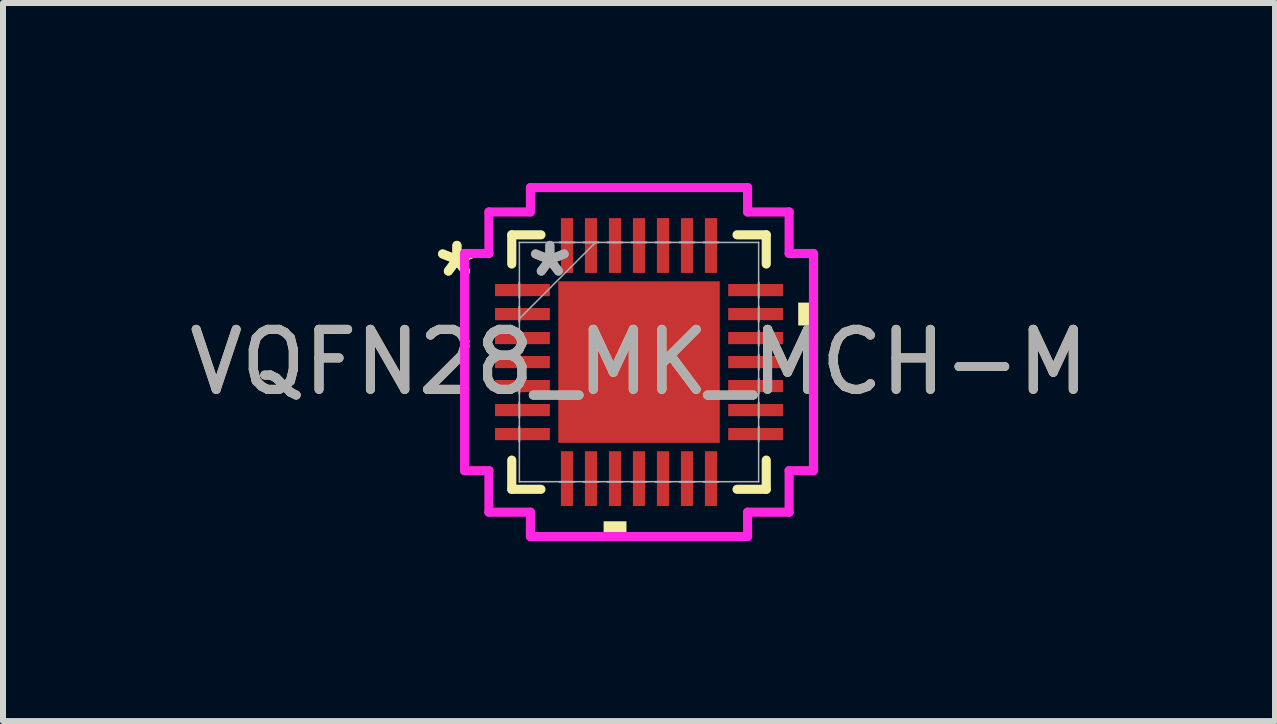
<source format=kicad_pcb>
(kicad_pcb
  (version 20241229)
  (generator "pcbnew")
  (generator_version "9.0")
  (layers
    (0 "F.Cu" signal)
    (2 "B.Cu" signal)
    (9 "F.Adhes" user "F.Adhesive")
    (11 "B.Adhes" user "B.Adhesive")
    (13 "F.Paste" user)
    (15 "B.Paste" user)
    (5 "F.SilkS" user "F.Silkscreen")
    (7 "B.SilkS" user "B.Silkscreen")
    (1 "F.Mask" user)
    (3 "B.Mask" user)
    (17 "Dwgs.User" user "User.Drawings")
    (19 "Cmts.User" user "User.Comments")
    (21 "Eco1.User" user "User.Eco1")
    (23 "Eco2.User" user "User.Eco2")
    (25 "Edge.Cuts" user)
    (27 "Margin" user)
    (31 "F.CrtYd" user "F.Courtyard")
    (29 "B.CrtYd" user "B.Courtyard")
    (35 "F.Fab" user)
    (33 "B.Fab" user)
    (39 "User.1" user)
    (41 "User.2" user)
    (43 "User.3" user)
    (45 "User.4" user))
  (footprint "VQFN28_MK_MCH-M"
    (layer "F.Cu")
    (at 7.601 2.985)
    (property "Reference" "VQFN28_MK_MCH-M" (at 0 0 0) (unlocked yes) (layer "F.SilkS") (effects (font (size 1 1) (thickness 0.15))))
    (attr smd)
    (fp_line (start -2.121 -2.121) (end -2.121 -1.634) (stroke (width 0.152) (type solid)) (layer "F.SilkS"))
    (fp_line (start -2.121 1.634) (end -2.121 2.121) (stroke (width 0.152) (type solid)) (layer "F.SilkS"))
    (fp_line (start -2.121 2.121) (end -1.634 2.121) (stroke (width 0.152) (type solid)) (layer "F.SilkS"))
    (fp_line (start -1.634 -2.121) (end -2.121 -2.121) (stroke (width 0.152) (type solid)) (layer "F.SilkS"))
    (fp_line (start 1.634 2.121) (end 2.121 2.121) (stroke (width 0.152) (type solid)) (layer "F.SilkS"))
    (fp_line (start 2.121 -2.121) (end 1.634 -2.121) (stroke (width 0.152) (type solid)) (layer "F.SilkS"))
    (fp_line (start 2.121 -1.634) (end 2.121 -2.121) (stroke (width 0.152) (type solid)) (layer "F.SilkS"))
    (fp_line (start 2.121 2.121) (end 2.121 1.634) (stroke (width 0.152) (type solid)) (layer "F.SilkS"))
    (fp_poly (pts (xy -0.59 2.654) (xy -0.59 2.908) (xy -0.209 2.908) (xy -0.209 2.654)) (stroke (width 0) (type solid)) (fill yes) (layer "F.SilkS"))
    (fp_poly (pts (xy 2.908 -0.991) (xy 2.908 -0.61) (xy 2.654 -0.61) (xy 2.654 -0.991)) (stroke (width 0) (type solid)) (fill yes) (layer "F.SilkS"))
    (fp_poly (pts (xy -1.246 -1.246) (xy -1.246 -0.1) (xy -0.1 -0.1) (xy -0.1 -1.246)) (stroke (width 0) (type solid)) (fill yes) (layer "F.Paste"))
    (fp_poly (pts (xy -1.246 0.1) (xy -1.246 1.246) (xy -0.1 1.246) (xy -0.1 0.1)) (stroke (width 0) (type solid)) (fill yes) (layer "F.Paste"))
    (fp_poly (pts (xy 0.1 -1.246) (xy 0.1 -0.1) (xy 1.246 -0.1) (xy 1.246 -1.246)) (stroke (width 0) (type solid)) (fill yes) (layer "F.Paste"))
    (fp_poly (pts (xy 0.1 0.1) (xy 0.1 1.246) (xy 1.246 1.246) (xy 1.246 0.1)) (stroke (width 0) (type solid)) (fill yes) (layer "F.Paste"))
    (fp_line (start -2.908 -1.81) (end -2.502 -1.81) (stroke (width 0.152) (type solid)) (layer "F.CrtYd"))
    (fp_line (start -2.908 1.81) (end -2.908 -1.81) (stroke (width 0.152) (type solid)) (layer "F.CrtYd"))
    (fp_line (start -2.502 -2.502) (end -1.81 -2.502) (stroke (width 0.152) (type solid)) (layer "F.CrtYd"))
    (fp_line (start -2.502 -1.81) (end -2.502 -2.502) (stroke (width 0.152) (type solid)) (layer "F.CrtYd"))
    (fp_line (start -2.502 1.81) (end -2.908 1.81) (stroke (width 0.152) (type solid)) (layer "F.CrtYd"))
    (fp_line (start -2.502 2.502) (end -2.502 1.81) (stroke (width 0.152) (type solid)) (layer "F.CrtYd"))
    (fp_line (start -1.81 -2.908) (end 1.81 -2.908) (stroke (width 0.152) (type solid)) (layer "F.CrtYd"))
    (fp_line (start -1.81 -2.502) (end -1.81 -2.908) (stroke (width 0.152) (type solid)) (layer "F.CrtYd"))
    (fp_line (start -1.81 2.502) (end -2.502 2.502) (stroke (width 0.152) (type solid)) (layer "F.CrtYd"))
    (fp_line (start -1.81 2.908) (end -1.81 2.502) (stroke (width 0.152) (type solid)) (layer "F.CrtYd"))
    (fp_line (start 1.81 -2.908) (end 1.81 -2.502) (stroke (width 0.152) (type solid)) (layer "F.CrtYd"))
    (fp_line (start 1.81 -2.502) (end 2.502 -2.502) (stroke (width 0.152) (type solid)) (layer "F.CrtYd"))
    (fp_line (start 1.81 2.502) (end 1.81 2.908) (stroke (width 0.152) (type solid)) (layer "F.CrtYd"))
    (fp_line (start 1.81 2.908) (end -1.81 2.908) (stroke (width 0.152) (type solid)) (layer "F.CrtYd"))
    (fp_line (start 2.502 -2.502) (end 2.502 -1.81) (stroke (width 0.152) (type solid)) (layer "F.CrtYd"))
    (fp_line (start 2.502 -1.81) (end 2.908 -1.81) (stroke (width 0.152) (type solid)) (layer "F.CrtYd"))
    (fp_line (start 2.502 1.81) (end 2.502 2.502) (stroke (width 0.152) (type solid)) (layer "F.CrtYd"))
    (fp_line (start 2.502 2.502) (end 1.81 2.502) (stroke (width 0.152) (type solid)) (layer "F.CrtYd"))
    (fp_line (start 2.908 -1.81) (end 2.908 1.81) (stroke (width 0.152) (type solid)) (layer "F.CrtYd"))
    (fp_line (start 2.908 1.81) (end 2.502 1.81) (stroke (width 0.152) (type solid)) (layer "F.CrtYd"))
    (fp_line (start -1.994 -1.994) (end -1.994 -1.994) (stroke (width 0.025) (type solid)) (layer "F.Fab"))
    (fp_line (start -1.994 -1.994) (end -1.994 1.994) (stroke (width 0.025) (type solid)) (layer "F.Fab"))
    (fp_line (start -1.994 -1.327) (end -1.994 -1.327) (stroke (width 0.025) (type solid)) (layer "F.Fab"))
    (fp_line (start -1.994 -1.327) (end -1.994 -1.073) (stroke (width 0.025) (type solid)) (layer "F.Fab"))
    (fp_line (start -1.994 -1.073) (end -1.994 -1.327) (stroke (width 0.025) (type solid)) (layer "F.Fab"))
    (fp_line (start -1.994 -1.073) (end -1.994 -1.073) (stroke (width 0.025) (type solid)) (layer "F.Fab"))
    (fp_line (start -1.994 -0.927) (end -1.994 -0.927) (stroke (width 0.025) (type solid)) (layer "F.Fab"))
    (fp_line (start -1.994 -0.927) (end -1.994 -0.673) (stroke (width 0.025) (type solid)) (layer "F.Fab"))
    (fp_line (start -1.994 -0.724) (end -0.724 -1.994) (stroke (width 0.025) (type solid)) (layer "F.Fab"))
    (fp_line (start -1.994 -0.673) (end -1.994 -0.927) (stroke (width 0.025) (type solid)) (layer "F.Fab"))
    (fp_line (start -1.994 -0.673) (end -1.994 -0.673) (stroke (width 0.025) (type solid)) (layer "F.Fab"))
    (fp_line (start -1.994 -0.527) (end -1.994 -0.527) (stroke (width 0.025) (type solid)) (layer "F.Fab"))
    (fp_line (start -1.994 -0.527) (end -1.994 -0.273) (stroke (width 0.025) (type solid)) (layer "F.Fab"))
    (fp_line (start -1.994 -0.273) (end -1.994 -0.527) (stroke (width 0.025) (type solid)) (layer "F.Fab"))
    (fp_line (start -1.994 -0.273) (end -1.994 -0.273) (stroke (width 0.025) (type solid)) (layer "F.Fab"))
    (fp_line (start -1.994 -0.127) (end -1.994 -0.127) (stroke (width 0.025) (type solid)) (layer "F.Fab"))
    (fp_line (start -1.994 -0.127) (end -1.994 0.127) (stroke (width 0.025) (type solid)) (layer "F.Fab"))
    (fp_line (start -1.994 0.127) (end -1.994 -0.127) (stroke (width 0.025) (type solid)) (layer "F.Fab"))
    (fp_line (start -1.994 0.127) (end -1.994 0.127) (stroke (width 0.025) (type solid)) (layer "F.Fab"))
    (fp_line (start -1.994 0.273) (end -1.994 0.273) (stroke (width 0.025) (type solid)) (layer "F.Fab"))
    (fp_line (start -1.994 0.273) (end -1.994 0.527) (stroke (width 0.025) (type solid)) (layer "F.Fab"))
    (fp_line (start -1.994 0.527) (end -1.994 0.273) (stroke (width 0.025) (type solid)) (layer "F.Fab"))
    (fp_line (start -1.994 0.527) (end -1.994 0.527) (stroke (width 0.025) (type solid)) (layer "F.Fab"))
    (fp_line (start -1.994 0.673) (end -1.994 0.673) (stroke (width 0.025) (type solid)) (layer "F.Fab"))
    (fp_line (start -1.994 0.673) (end -1.994 0.927) (stroke (width 0.025) (type solid)) (layer "F.Fab"))
    (fp_line (start -1.994 0.927) (end -1.994 0.673) (stroke (width 0.025) (type solid)) (layer "F.Fab"))
    (fp_line (start -1.994 0.927) (end -1.994 0.927) (stroke (width 0.025) (type solid)) (layer "F.Fab"))
    (fp_line (start -1.994 1.073) (end -1.994 1.073) (stroke (width 0.025) (type solid)) (layer "F.Fab"))
    (fp_line (start -1.994 1.073) (end -1.994 1.327) (stroke (width 0.025) (type solid)) (layer "F.Fab"))
    (fp_line (start -1.994 1.327) (end -1.994 1.073) (stroke (width 0.025) (type solid)) (layer "F.Fab"))
    (fp_line (start -1.994 1.327) (end -1.994 1.327) (stroke (width 0.025) (type solid)) (layer "F.Fab"))
    (fp_line (start -1.994 1.994) (end -1.994 1.994) (stroke (width 0.025) (type solid)) (layer "F.Fab"))
    (fp_line (start -1.994 1.994) (end 1.994 1.994) (stroke (width 0.025) (type solid)) (layer "F.Fab"))
    (fp_line (start -1.327 -1.994) (end -1.327 -1.994) (stroke (width 0.025) (type solid)) (layer "F.Fab"))
    (fp_line (start -1.327 -1.994) (end -1.073 -1.994) (stroke (width 0.025) (type solid)) (layer "F.Fab"))
    (fp_line (start -1.327 1.994) (end -1.327 1.994) (stroke (width 0.025) (type solid)) (layer "F.Fab"))
    (fp_line (start -1.327 1.994) (end -1.073 1.994) (stroke (width 0.025) (type solid)) (layer "F.Fab"))
    (fp_line (start -1.073 -1.994) (end -1.327 -1.994) (stroke (width 0.025) (type solid)) (layer "F.Fab"))
    (fp_line (start -1.073 -1.994) (end -1.073 -1.994) (stroke (width 0.025) (type solid)) (layer "F.Fab"))
    (fp_line (start -1.073 1.994) (end -1.327 1.994) (stroke (width 0.025) (type solid)) (layer "F.Fab"))
    (fp_line (start -1.073 1.994) (end -1.073 1.994) (stroke (width 0.025) (type solid)) (layer "F.Fab"))
    (fp_line (start -0.927 -1.994) (end -0.927 -1.994) (stroke (width 0.025) (type solid)) (layer "F.Fab"))
    (fp_line (start -0.927 -1.994) (end -0.673 -1.994) (stroke (width 0.025) (type solid)) (layer "F.Fab"))
    (fp_line (start -0.927 1.994) (end -0.927 1.994) (stroke (width 0.025) (type solid)) (layer "F.Fab"))
    (fp_line (start -0.927 1.994) (end -0.673 1.994) (stroke (width 0.025) (type solid)) (layer "F.Fab"))
    (fp_line (start -0.673 -1.994) (end -0.927 -1.994) (stroke (width 0.025) (type solid)) (layer "F.Fab"))
    (fp_line (start -0.673 -1.994) (end -0.673 -1.994) (stroke (width 0.025) (type solid)) (layer "F.Fab"))
    (fp_line (start -0.673 1.994) (end -0.927 1.994) (stroke (width 0.025) (type solid)) (layer "F.Fab"))
    (fp_line (start -0.673 1.994) (end -0.673 1.994) (stroke (width 0.025) (type solid)) (layer "F.Fab"))
    (fp_line (start -0.527 -1.994) (end -0.527 -1.994) (stroke (width 0.025) (type solid)) (layer "F.Fab"))
    (fp_line (start -0.527 -1.994) (end -0.273 -1.994) (stroke (width 0.025) (type solid)) (layer "F.Fab"))
    (fp_line (start -0.527 1.994) (end -0.527 1.994) (stroke (width 0.025) (type solid)) (layer "F.Fab"))
    (fp_line (start -0.527 1.994) (end -0.273 1.994) (stroke (width 0.025) (type solid)) (layer "F.Fab"))
    (fp_line (start -0.273 -1.994) (end -0.527 -1.994) (stroke (width 0.025) (type solid)) (layer "F.Fab"))
    (fp_line (start -0.273 -1.994) (end -0.273 -1.994) (stroke (width 0.025) (type solid)) (layer "F.Fab"))
    (fp_line (start -0.273 1.994) (end -0.527 1.994) (stroke (width 0.025) (type solid)) (layer "F.Fab"))
    (fp_line (start -0.273 1.994) (end -0.273 1.994) (stroke (width 0.025) (type solid)) (layer "F.Fab"))
    (fp_line (start -0.127 -1.994) (end -0.127 -1.994) (stroke (width 0.025) (type solid)) (layer "F.Fab"))
    (fp_line (start -0.127 -1.994) (end 0.127 -1.994) (stroke (width 0.025) (type solid)) (layer "F.Fab"))
    (fp_line (start -0.127 1.994) (end -0.127 1.994) (stroke (width 0.025) (type solid)) (layer "F.Fab"))
    (fp_line (start -0.127 1.994) (end 0.127 1.994) (stroke (width 0.025) (type solid)) (layer "F.Fab"))
    (fp_line (start 0.127 -1.994) (end -0.127 -1.994) (stroke (width 0.025) (type solid)) (layer "F.Fab"))
    (fp_line (start 0.127 -1.994) (end 0.127 -1.994) (stroke (width 0.025) (type solid)) (layer "F.Fab"))
    (fp_line (start 0.127 1.994) (end -0.127 1.994) (stroke (width 0.025) (type solid)) (layer "F.Fab"))
    (fp_line (start 0.127 1.994) (end 0.127 1.994) (stroke (width 0.025) (type solid)) (layer "F.Fab"))
    (fp_line (start 0.273 -1.994) (end 0.273 -1.994) (stroke (width 0.025) (type solid)) (layer "F.Fab"))
    (fp_line (start 0.273 -1.994) (end 0.527 -1.994) (stroke (width 0.025) (type solid)) (layer "F.Fab"))
    (fp_line (start 0.273 1.994) (end 0.273 1.994) (stroke (width 0.025) (type solid)) (layer "F.Fab"))
    (fp_line (start 0.273 1.994) (end 0.527 1.994) (stroke (width 0.025) (type solid)) (layer "F.Fab"))
    (fp_line (start 0.527 -1.994) (end 0.273 -1.994) (stroke (width 0.025) (type solid)) (layer "F.Fab"))
    (fp_line (start 0.527 -1.994) (end 0.527 -1.994) (stroke (width 0.025) (type solid)) (layer "F.Fab"))
    (fp_line (start 0.527 1.994) (end 0.273 1.994) (stroke (width 0.025) (type solid)) (layer "F.Fab"))
    (fp_line (start 0.527 1.994) (end 0.527 1.994) (stroke (width 0.025) (type solid)) (layer "F.Fab"))
    (fp_line (start 0.673 -1.994) (end 0.673 -1.994) (stroke (width 0.025) (type solid)) (layer "F.Fab"))
    (fp_line (start 0.673 -1.994) (end 0.927 -1.994) (stroke (width 0.025) (type solid)) (layer "F.Fab"))
    (fp_line (start 0.673 1.994) (end 0.673 1.994) (stroke (width 0.025) (type solid)) (layer "F.Fab"))
    (fp_line (start 0.673 1.994) (end 0.927 1.994) (stroke (width 0.025) (type solid)) (layer "F.Fab"))
    (fp_line (start 0.927 -1.994) (end 0.673 -1.994) (stroke (width 0.025) (type solid)) (layer "F.Fab"))
    (fp_line (start 0.927 -1.994) (end 0.927 -1.994) (stroke (width 0.025) (type solid)) (layer "F.Fab"))
    (fp_line (start 0.927 1.994) (end 0.673 1.994) (stroke (width 0.025) (type solid)) (layer "F.Fab"))
    (fp_line (start 0.927 1.994) (end 0.927 1.994) (stroke (width 0.025) (type solid)) (layer "F.Fab"))
    (fp_line (start 1.073 -1.994) (end 1.073 -1.994) (stroke (width 0.025) (type solid)) (layer "F.Fab"))
    (fp_line (start 1.073 -1.994) (end 1.327 -1.994) (stroke (width 0.025) (type solid)) (layer "F.Fab"))
    (fp_line (start 1.073 1.994) (end 1.073 1.994) (stroke (width 0.025) (type solid)) (layer "F.Fab"))
    (fp_line (start 1.073 1.994) (end 1.327 1.994) (stroke (width 0.025) (type solid)) (layer "F.Fab"))
    (fp_line (start 1.327 -1.994) (end 1.073 -1.994) (stroke (width 0.025) (type solid)) (layer "F.Fab"))
    (fp_line (start 1.327 -1.994) (end 1.327 -1.994) (stroke (width 0.025) (type solid)) (layer "F.Fab"))
    (fp_line (start 1.327 1.994) (end 1.073 1.994) (stroke (width 0.025) (type solid)) (layer "F.Fab"))
    (fp_line (start 1.327 1.994) (end 1.327 1.994) (stroke (width 0.025) (type solid)) (layer "F.Fab"))
    (fp_line (start 1.994 -1.994) (end -1.994 -1.994) (stroke (width 0.025) (type solid)) (layer "F.Fab"))
    (fp_line (start 1.994 -1.994) (end 1.994 -1.994) (stroke (width 0.025) (type solid)) (layer "F.Fab"))
    (fp_line (start 1.994 -1.327) (end 1.994 -1.327) (stroke (width 0.025) (type solid)) (layer "F.Fab"))
    (fp_line (start 1.994 -1.327) (end 1.994 -1.073) (stroke (width 0.025) (type solid)) (layer "F.Fab"))
    (fp_line (start 1.994 -1.073) (end 1.994 -1.327) (stroke (width 0.025) (type solid)) (layer "F.Fab"))
    (fp_line (start 1.994 -1.073) (end 1.994 -1.073) (stroke (width 0.025) (type solid)) (layer "F.Fab"))
    (fp_line (start 1.994 -0.927) (end 1.994 -0.927) (stroke (width 0.025) (type solid)) (layer "F.Fab"))
    (fp_line (start 1.994 -0.927) (end 1.994 -0.673) (stroke (width 0.025) (type solid)) (layer "F.Fab"))
    (fp_line (start 1.994 -0.673) (end 1.994 -0.927) (stroke (width 0.025) (type solid)) (layer "F.Fab"))
    (fp_line (start 1.994 -0.673) (end 1.994 -0.673) (stroke (width 0.025) (type solid)) (layer "F.Fab"))
    (fp_line (start 1.994 -0.527) (end 1.994 -0.527) (stroke (width 0.025) (type solid)) (layer "F.Fab"))
    (fp_line (start 1.994 -0.527) (end 1.994 -0.273) (stroke (width 0.025) (type solid)) (layer "F.Fab"))
    (fp_line (start 1.994 -0.273) (end 1.994 -0.527) (stroke (width 0.025) (type solid)) (layer "F.Fab"))
    (fp_line (start 1.994 -0.273) (end 1.994 -0.273) (stroke (width 0.025) (type solid)) (layer "F.Fab"))
    (fp_line (start 1.994 -0.127) (end 1.994 -0.127) (stroke (width 0.025) (type solid)) (layer "F.Fab"))
    (fp_line (start 1.994 -0.127) (end 1.994 0.127) (stroke (width 0.025) (type solid)) (layer "F.Fab"))
    (fp_line (start 1.994 0.127) (end 1.994 -0.127) (stroke (width 0.025) (type solid)) (layer "F.Fab"))
    (fp_line (start 1.994 0.127) (end 1.994 0.127) (stroke (width 0.025) (type solid)) (layer "F.Fab"))
    (fp_line (start 1.994 0.273) (end 1.994 0.273) (stroke (width 0.025) (type solid)) (layer "F.Fab"))
    (fp_line (start 1.994 0.273) (end 1.994 0.527) (stroke (width 0.025) (type solid)) (layer "F.Fab"))
    (fp_line (start 1.994 0.527) (end 1.994 0.273) (stroke (width 0.025) (type solid)) (layer "F.Fab"))
    (fp_line (start 1.994 0.527) (end 1.994 0.527) (stroke (width 0.025) (type solid)) (layer "F.Fab"))
    (fp_line (start 1.994 0.673) (end 1.994 0.673) (stroke (width 0.025) (type solid)) (layer "F.Fab"))
    (fp_line (start 1.994 0.673) (end 1.994 0.927) (stroke (width 0.025) (type solid)) (layer "F.Fab"))
    (fp_line (start 1.994 0.927) (end 1.994 0.673) (stroke (width 0.025) (type solid)) (layer "F.Fab"))
    (fp_line (start 1.994 0.927) (end 1.994 0.927) (stroke (width 0.025) (type solid)) (layer "F.Fab"))
    (fp_line (start 1.994 1.073) (end 1.994 1.073) (stroke (width 0.025) (type solid)) (layer "F.Fab"))
    (fp_line (start 1.994 1.073) (end 1.994 1.327) (stroke (width 0.025) (type solid)) (layer "F.Fab"))
    (fp_line (start 1.994 1.327) (end 1.994 1.073) (stroke (width 0.025) (type solid)) (layer "F.Fab"))
    (fp_line (start 1.994 1.327) (end 1.994 1.327) (stroke (width 0.025) (type solid)) (layer "F.Fab"))
    (fp_line (start 1.994 1.994) (end 1.994 -1.994) (stroke (width 0.025) (type solid)) (layer "F.Fab"))
    (fp_line (start 1.994 1.994) (end 1.994 1.994) (stroke (width 0.025) (type solid)) (layer "F.Fab"))
    (fp_text user "*" (at -3.035 -1.4 0) (layer "F.SilkS") (effects (font (size 1 1) (thickness 0.15))))
    (fp_text user "*" (at -3.035 -1.4 0) (unlocked yes) (layer "F.SilkS") (effects (font (size 1 1) (thickness 0.15))))
    (fp_text user "*" (at -1.486 -1.4 0) (unlocked yes) (layer "F.Fab") (effects (font (size 1 1) (thickness 0.15))))
    (fp_text user "*" (at -1.486 -1.4 0) (layer "F.Fab") (effects (font (size 1 1) (thickness 0.15))))
    (fp_text user "${REFERENCE}" (at 0 0 0) (unlocked yes) (layer "F.Fab") (effects (font (size 1 1) (thickness 0.15))))
    (pad "1" smd rect (at -1.943 -1.2 90) (size 0.203 0.914) (layers "F.Cu" "F.Mask" "F.Paste"))
    (pad "2" smd rect (at -1.943 -0.8 90) (size 0.203 0.914) (layers "F.Cu" "F.Mask" "F.Paste"))
    (pad "3" smd rect (at -1.943 -0.4 90) (size 0.203 0.914) (layers "F.Cu" "F.Mask" "F.Paste"))
    (pad "4" smd rect (at -1.943 0 90) (size 0.203 0.914) (layers "F.Cu" "F.Mask" "F.Paste"))
    (pad "5" smd rect (at -1.943 0.4 90) (size 0.203 0.914) (layers "F.Cu" "F.Mask" "F.Paste"))
    (pad "6" smd rect (at -1.943 0.8 90) (size 0.203 0.914) (layers "F.Cu" "F.Mask" "F.Paste"))
    (pad "7" smd rect (at -1.943 1.2 90) (size 0.203 0.914) (layers "F.Cu" "F.Mask" "F.Paste"))
    (pad "8" smd rect (at -1.2 1.943) (size 0.203 0.914) (layers "F.Cu" "F.Mask" "F.Paste"))
    (pad "9" smd rect (at -0.8 1.943) (size 0.203 0.914) (layers "F.Cu" "F.Mask" "F.Paste"))
    (pad "10" smd rect (at -0.4 1.943) (size 0.203 0.914) (layers "F.Cu" "F.Mask" "F.Paste"))
    (pad "11" smd rect (at 0 1.943) (size 0.203 0.914) (layers "F.Cu" "F.Mask" "F.Paste"))
    (pad "12" smd rect (at 0.4 1.943) (size 0.203 0.914) (layers "F.Cu" "F.Mask" "F.Paste"))
    (pad "13" smd rect (at 0.8 1.943) (size 0.203 0.914) (layers "F.Cu" "F.Mask" "F.Paste"))
    (pad "14" smd rect (at 1.2 1.943) (size 0.203 0.914) (layers "F.Cu" "F.Mask" "F.Paste"))
    (pad "15" smd rect (at 1.943 1.2 90) (size 0.203 0.914) (layers "F.Cu" "F.Mask" "F.Paste"))
    (pad "16" smd rect (at 1.943 0.8 90) (size 0.203 0.914) (layers "F.Cu" "F.Mask" "F.Paste"))
    (pad "17" smd rect (at 1.943 0.4 90) (size 0.203 0.914) (layers "F.Cu" "F.Mask" "F.Paste"))
    (pad "18" smd rect (at 1.943 0 90) (size 0.203 0.914) (layers "F.Cu" "F.Mask" "F.Paste"))
    (pad "19" smd rect (at 1.943 -0.4 90) (size 0.203 0.914) (layers "F.Cu" "F.Mask" "F.Paste"))
    (pad "20" smd rect (at 1.943 -0.8 90) (size 0.203 0.914) (layers "F.Cu" "F.Mask" "F.Paste"))
    (pad "21" smd rect (at 1.943 -1.2 90) (size 0.203 0.914) (layers "F.Cu" "F.Mask" "F.Paste"))
    (pad "22" smd rect (at 1.2 -1.943) (size 0.203 0.914) (layers "F.Cu" "F.Mask" "F.Paste"))
    (pad "23" smd rect (at 0.8 -1.943) (size 0.203 0.914) (layers "F.Cu" "F.Mask" "F.Paste"))
    (pad "24" smd rect (at 0.4 -1.943) (size 0.203 0.914) (layers "F.Cu" "F.Mask" "F.Paste"))
    (pad "25" smd rect (at 0 -1.943) (size 0.203 0.914) (layers "F.Cu" "F.Mask" "F.Paste"))
    (pad "26" smd rect (at -0.4 -1.943) (size 0.203 0.914) (layers "F.Cu" "F.Mask" "F.Paste"))
    (pad "27" smd rect (at -0.8 -1.943) (size 0.203 0.914) (layers "F.Cu" "F.Mask" "F.Paste"))
    (pad "28" smd rect (at -1.2 -1.943) (size 0.203 0.914) (layers "F.Cu" "F.Mask" "F.Paste"))
    (pad "29" smd rect (at 0 0) (size 2.692 2.692) (layers "F.Cu" "F.Mask" "F.Paste")))
  (gr_rect
    (start -3 -3)
    (end 18.202 8.969)
    (stroke (width 0.1) (type default))
    (fill no)
    (layer "Edge.Cuts")))
</source>
